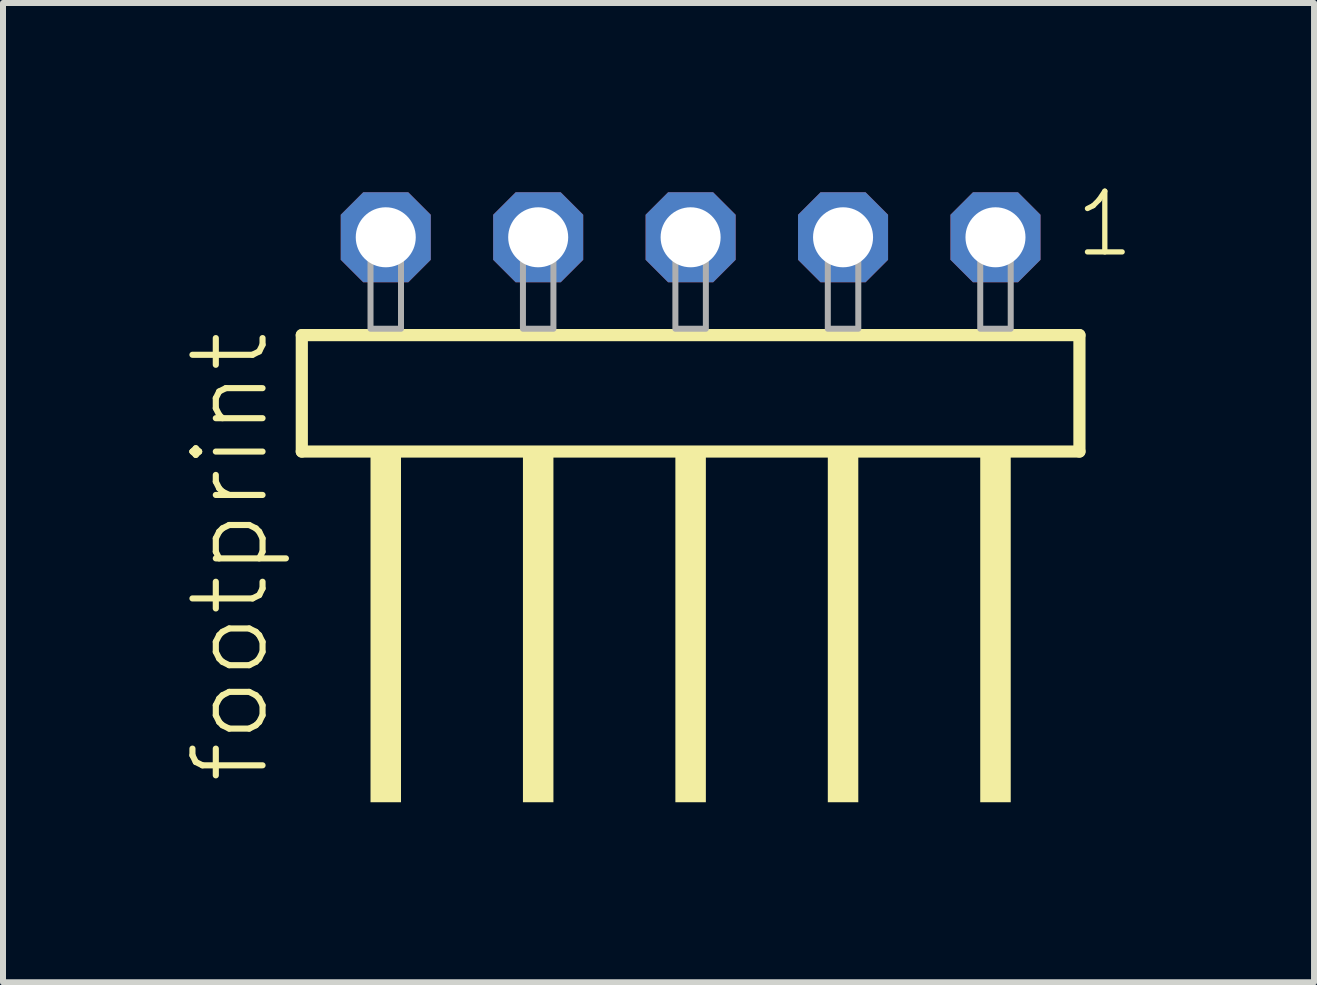
<source format=kicad_pcb>
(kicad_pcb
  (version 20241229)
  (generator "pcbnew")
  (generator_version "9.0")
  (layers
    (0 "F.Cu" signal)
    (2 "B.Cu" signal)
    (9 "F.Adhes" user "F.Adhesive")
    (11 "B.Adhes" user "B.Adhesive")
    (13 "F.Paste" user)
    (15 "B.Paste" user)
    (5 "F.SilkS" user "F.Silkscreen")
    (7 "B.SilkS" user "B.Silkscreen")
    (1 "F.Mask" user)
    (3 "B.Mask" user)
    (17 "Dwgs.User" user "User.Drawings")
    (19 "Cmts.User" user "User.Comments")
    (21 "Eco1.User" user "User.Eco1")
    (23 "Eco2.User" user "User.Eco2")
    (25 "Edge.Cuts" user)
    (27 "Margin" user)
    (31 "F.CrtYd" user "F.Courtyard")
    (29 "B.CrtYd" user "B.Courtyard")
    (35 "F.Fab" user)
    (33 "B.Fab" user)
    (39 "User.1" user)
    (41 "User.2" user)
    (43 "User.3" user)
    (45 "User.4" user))
  (footprint "footprint"
    (layer "F.Cu")
    (at 8.458 2.428)
    (property "Reference" "footprint" (at -6.985 7.62 90) (layer "F.SilkS") (effects (font (size 1.168 1.168) (thickness 0.102)) (justify left bottom)))
    (fp_line (start -6.479 0.106) (end -6.479 2.046) (stroke (width 0.203) (type solid)) (layer "F.SilkS"))
    (fp_line (start -6.479 2.046) (end 6.479 2.046) (stroke (width 0.203) (type solid)) (layer "F.SilkS"))
    (fp_line (start 6.479 0.106) (end -6.479 0.106) (stroke (width 0.203) (type solid)) (layer "F.SilkS"))
    (fp_line (start 6.479 2.046) (end 6.479 0.106) (stroke (width 0.203) (type solid)) (layer "F.SilkS"))
    (fp_poly (pts (xy -5.334 7.89) (xy -4.826 7.89) (xy -4.826 2.04) (xy -5.334 2.04)) (stroke (width 0) (type solid)) (fill yes) (layer "F.SilkS"))
    (fp_poly (pts (xy -2.794 7.89) (xy -2.286 7.89) (xy -2.286 2.04) (xy -2.794 2.04)) (stroke (width 0) (type solid)) (fill yes) (layer "F.SilkS"))
    (fp_poly (pts (xy -0.254 7.89) (xy 0.254 7.89) (xy 0.254 2.04) (xy -0.254 2.04)) (stroke (width 0) (type solid)) (fill yes) (layer "F.SilkS"))
    (fp_poly (pts (xy 2.286 7.89) (xy 2.794 7.89) (xy 2.794 2.04) (xy 2.286 2.04)) (stroke (width 0) (type solid)) (fill yes) (layer "F.SilkS"))
    (fp_poly (pts (xy 4.826 7.89) (xy 5.334 7.89) (xy 5.334 2.04) (xy 4.826 2.04)) (stroke (width 0) (type solid)) (fill yes) (layer "F.SilkS"))
    (fp_poly (pts (xy -5.334 0) (xy -4.826 0) (xy -4.826 -1.778) (xy -5.334 -1.778)) (stroke (width 0.1) (type solid)) (fill no) (layer "F.Fab"))
    (fp_poly (pts (xy -2.794 0) (xy -2.286 0) (xy -2.286 -1.778) (xy -2.794 -1.778)) (stroke (width 0.1) (type solid)) (fill no) (layer "F.Fab"))
    (fp_poly (pts (xy -0.254 0) (xy 0.254 0) (xy 0.254 -1.778) (xy -0.254 -1.778)) (stroke (width 0.1) (type solid)) (fill no) (layer "F.Fab"))
    (fp_poly (pts (xy 2.286 0) (xy 2.794 0) (xy 2.794 -1.778) (xy 2.286 -1.778)) (stroke (width 0.1) (type solid)) (fill no) (layer "F.Fab"))
    (fp_poly (pts (xy 4.826 0) (xy 5.334 0) (xy 5.334 -1.778) (xy 4.826 -1.778)) (stroke (width 0.1) (type solid)) (fill no) (layer "F.Fab"))
    (fp_text user "1" (at 6.362 -1.152 0) (layer "F.SilkS") (effects (font (size 1.012 1.012) (thickness 0.088)) (justify left bottom)))
    (pad "1" thru_hole roundrect (at 5.08 -1.524 180) (size 1.5 1.5) (drill 1) (layers "*.Cu" "*.Mask") (roundrect_rratio 0.25) (chamfer_ratio 0.25) (chamfer top_left top_right bottom_left bottom_right))
    (pad "2" thru_hole roundrect (at 2.54 -1.524 180) (size 1.5 1.5) (drill 1) (layers "*.Cu" "*.Mask") (roundrect_rratio 0.25) (chamfer_ratio 0.25) (chamfer top_left top_right bottom_left bottom_right))
    (pad "3" thru_hole roundrect (at 0 -1.524 180) (size 1.5 1.5) (drill 1) (layers "*.Cu" "*.Mask") (roundrect_rratio 0.25) (chamfer_ratio 0.25) (chamfer top_left top_right bottom_left bottom_right))
    (pad "4" thru_hole roundrect (at -2.54 -1.524 180) (size 1.5 1.5) (drill 1) (layers "*.Cu" "*.Mask") (roundrect_rratio 0.25) (chamfer_ratio 0.25) (chamfer top_left top_right bottom_left bottom_right))
    (pad "5" thru_hole roundrect (at -5.08 -1.524 180) (size 1.5 1.5) (drill 1) (layers "*.Cu" "*.Mask") (roundrect_rratio 0.25) (chamfer_ratio 0.25) (chamfer top_left top_right bottom_left bottom_right)))
  (gr_rect
    (start -3 -3)
    (end 18.846 13.318)
    (stroke (width 0.1) (type default))
    (fill no)
    (layer "Edge.Cuts")))
</source>
